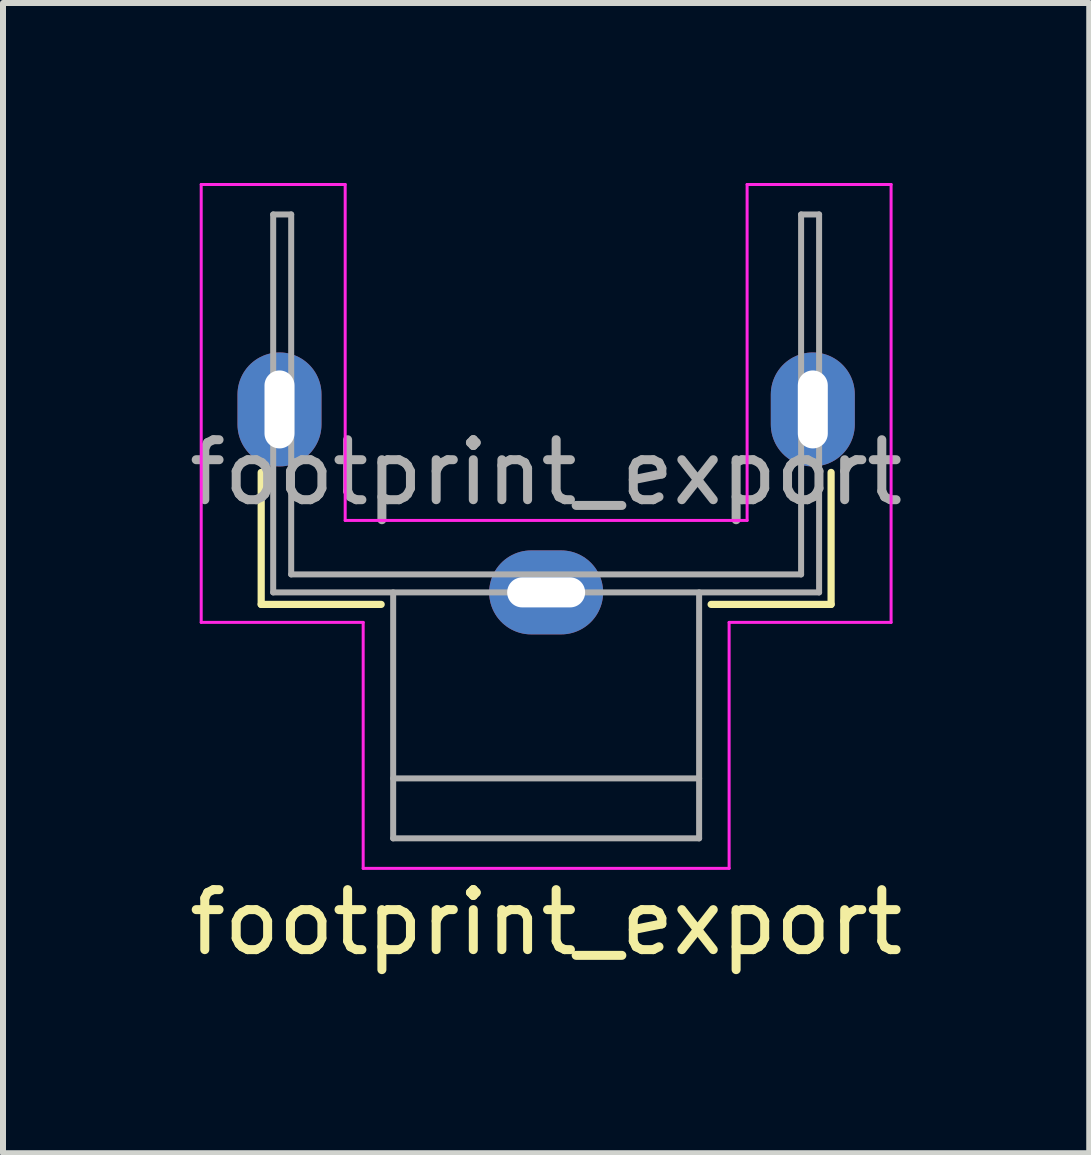
<source format=kicad_pcb>
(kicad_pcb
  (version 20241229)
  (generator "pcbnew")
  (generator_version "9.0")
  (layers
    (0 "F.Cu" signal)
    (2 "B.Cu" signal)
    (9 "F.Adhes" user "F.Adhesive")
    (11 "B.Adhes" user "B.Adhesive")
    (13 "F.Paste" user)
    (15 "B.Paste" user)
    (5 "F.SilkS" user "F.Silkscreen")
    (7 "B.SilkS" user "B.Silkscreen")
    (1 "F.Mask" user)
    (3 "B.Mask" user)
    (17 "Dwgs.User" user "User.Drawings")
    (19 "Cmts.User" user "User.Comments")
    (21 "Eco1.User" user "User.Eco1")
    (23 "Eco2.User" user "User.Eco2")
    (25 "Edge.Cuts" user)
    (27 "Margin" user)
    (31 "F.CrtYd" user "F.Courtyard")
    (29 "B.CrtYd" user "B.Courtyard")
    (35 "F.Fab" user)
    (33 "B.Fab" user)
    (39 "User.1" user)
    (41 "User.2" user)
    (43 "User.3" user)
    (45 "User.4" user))
  (footprint "footprint_export"
    (layer "F.Cu")
    (at 6.054 6.825)
    (property "Reference" "footprint_export" (at 0 5.5 0) (layer "F.SilkS") (effects (font (size 1 1) (thickness 0.15))))
    (attr through_hole)
    (fp_line (start -4.75 -2) (end -4.75 0.2) (stroke (width 0.12) (type solid)) (layer "F.SilkS"))
    (fp_line (start -4.75 0.2) (end -2.75 0.2) (stroke (width 0.12) (type solid)) (layer "F.SilkS"))
    (fp_line (start 4.75 -2) (end 4.75 0.2) (stroke (width 0.12) (type solid)) (layer "F.SilkS"))
    (fp_line (start 4.75 0.2) (end 2.75 0.2) (stroke (width 0.12) (type solid)) (layer "F.SilkS"))
    (fp_line (start -5.75 -6.8) (end -3.35 -6.8) (stroke (width 0.05) (type solid)) (layer "F.CrtYd"))
    (fp_line (start -5.75 0.5) (end -5.75 -6.8) (stroke (width 0.05) (type solid)) (layer "F.CrtYd"))
    (fp_line (start -3.35 -1.2) (end -3.35 -6.8) (stroke (width 0.05) (type solid)) (layer "F.CrtYd"))
    (fp_line (start -3.05 0.5) (end -5.75 0.5) (stroke (width 0.05) (type solid)) (layer "F.CrtYd"))
    (fp_line (start -3.05 4.6) (end -3.05 0.5) (stroke (width 0.05) (type solid)) (layer "F.CrtYd"))
    (fp_line (start 3.05 0.5) (end 3.05 4.6) (stroke (width 0.05) (type solid)) (layer "F.CrtYd"))
    (fp_line (start 3.05 0.5) (end 5.75 0.5) (stroke (width 0.05) (type solid)) (layer "F.CrtYd"))
    (fp_line (start 3.05 4.6) (end -3.05 4.6) (stroke (width 0.05) (type solid)) (layer "F.CrtYd"))
    (fp_line (start 3.35 -6.8) (end 5.75 -6.8) (stroke (width 0.05) (type solid)) (layer "F.CrtYd"))
    (fp_line (start 3.35 -1.2) (end -3.35 -1.2) (stroke (width 0.05) (type solid)) (layer "F.CrtYd"))
    (fp_line (start 3.35 -1.2) (end 3.35 -6.8) (stroke (width 0.05) (type solid)) (layer "F.CrtYd"))
    (fp_line (start 5.75 -6.8) (end 5.75 0.5) (stroke (width 0.05) (type solid)) (layer "F.CrtYd"))
    (fp_line (start -4.55 0) (end -4.55 -6.3) (stroke (width 0.1) (type solid)) (layer "F.Fab"))
    (fp_line (start -4.25 -6.3) (end -4.55 -6.3) (stroke (width 0.1) (type solid)) (layer "F.Fab"))
    (fp_line (start -4.25 -0.3) (end -4.25 -6.3) (stroke (width 0.1) (type solid)) (layer "F.Fab"))
    (fp_line (start -2.55 3.1) (end 2.55 3.1) (stroke (width 0.1) (type solid)) (layer "F.Fab"))
    (fp_line (start -2.55 4.1) (end -2.55 0) (stroke (width 0.1) (type solid)) (layer "F.Fab"))
    (fp_line (start 2.55 0) (end 2.55 4.1) (stroke (width 0.1) (type solid)) (layer "F.Fab"))
    (fp_line (start 2.55 4.1) (end -2.55 4.1) (stroke (width 0.1) (type solid)) (layer "F.Fab"))
    (fp_line (start 4.25 -6.3) (end 4.25 -0.3) (stroke (width 0.1) (type solid)) (layer "F.Fab"))
    (fp_line (start 4.25 -0.3) (end -4.25 -0.3) (stroke (width 0.1) (type solid)) (layer "F.Fab"))
    (fp_line (start 4.55 -6.3) (end 4.25 -6.3) (stroke (width 0.1) (type solid)) (layer "F.Fab"))
    (fp_line (start 4.55 0) (end -4.55 0) (stroke (width 0.1) (type solid)) (layer "F.Fab"))
    (fp_line (start 4.55 0) (end 4.55 -6.3) (stroke (width 0.1) (type solid)) (layer "F.Fab"))
    (fp_text user "${REFERENCE}" (at 0 -2 0) (layer "F.Fab") (effects (font (size 1 1) (thickness 0.15))))
    (pad "1" thru_hole oval (at -4.445 -3.05 90) (size 1.9 1.4) (drill oval 1.3 0.5) (layers "*.Cu" "*.Mask"))
    (pad "1" thru_hole oval (at 0 0) (size 1.9 1.4) (drill oval 1.3 0.5) (layers "*.Cu" "*.Mask"))
    (pad "1" thru_hole oval (at 4.445 -3.05 90) (size 1.9 1.4) (drill oval 1.3 0.5) (layers "*.Cu" "*.Mask")))
  (gr_rect
    (start -3 -3)
    (end 15.107 16.173)
    (stroke (width 0.1) (type default))
    (fill no)
    (layer "Edge.Cuts")))
</source>
